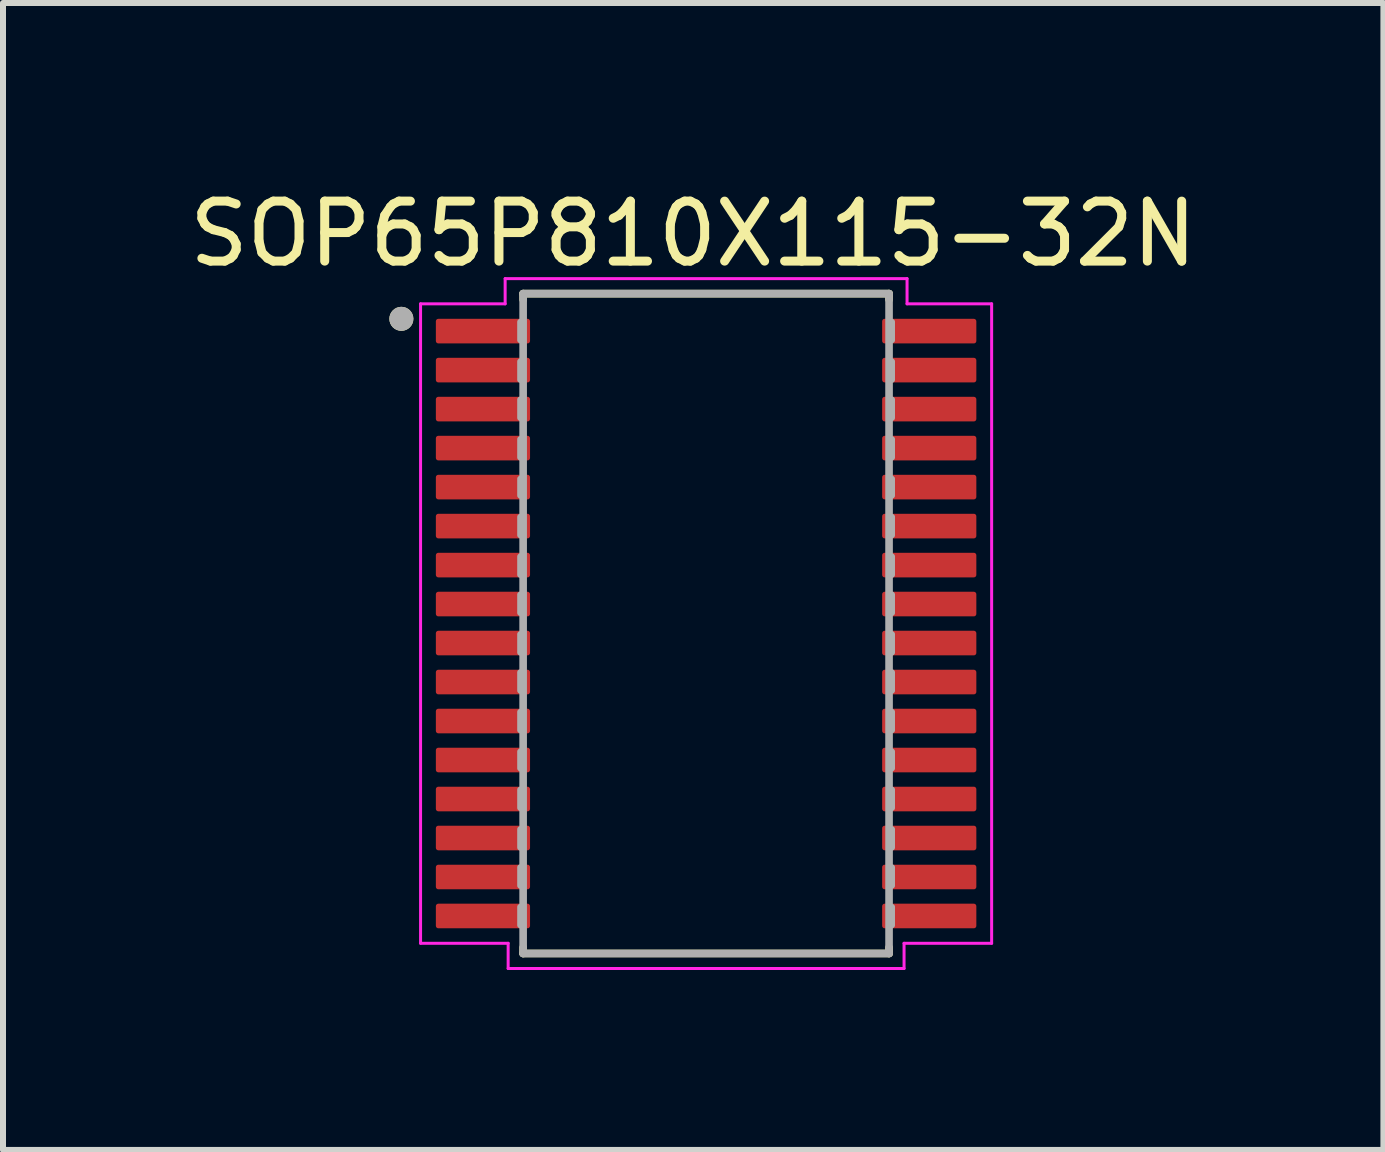
<source format=kicad_pcb>
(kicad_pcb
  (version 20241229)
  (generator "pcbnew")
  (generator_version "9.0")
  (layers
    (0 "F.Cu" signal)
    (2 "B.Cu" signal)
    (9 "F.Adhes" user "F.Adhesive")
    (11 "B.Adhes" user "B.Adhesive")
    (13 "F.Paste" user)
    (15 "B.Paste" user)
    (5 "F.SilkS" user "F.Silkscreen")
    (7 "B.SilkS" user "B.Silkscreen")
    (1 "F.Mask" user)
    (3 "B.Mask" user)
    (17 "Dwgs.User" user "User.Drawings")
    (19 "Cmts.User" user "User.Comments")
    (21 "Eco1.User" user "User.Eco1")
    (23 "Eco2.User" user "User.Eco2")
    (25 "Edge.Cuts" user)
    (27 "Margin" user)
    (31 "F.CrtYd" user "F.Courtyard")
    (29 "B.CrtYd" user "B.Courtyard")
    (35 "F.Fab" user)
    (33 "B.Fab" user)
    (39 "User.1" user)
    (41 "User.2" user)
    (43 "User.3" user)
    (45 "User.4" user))
  (footprint "SOP65P810X115-32N"
    (layer "F.Cu")
    (at 8.721 7.345)
    (property "Reference" "SOP65P810X115-32N" (at -0.215 -6.497 0) (layer "F.SilkS") (effects (font (size 1 1) (thickness 0.15))))
    (attr smd)
    (fp_line (start -3.05 -5.5) (end -3.05 -5.4) (stroke (width 0.127) (type solid)) (layer "F.SilkS"))
    (fp_line (start -3.05 5.4) (end -3.05 5.5) (stroke (width 0.127) (type solid)) (layer "F.SilkS"))
    (fp_line (start -3.05 5.5) (end 3.05 5.5) (stroke (width 0.127) (type solid)) (layer "F.SilkS"))
    (fp_line (start 3.05 -5.5) (end -3.05 -5.5) (stroke (width 0.127) (type solid)) (layer "F.SilkS"))
    (fp_line (start 3.05 -5.4) (end 3.05 -5.5) (stroke (width 0.127) (type solid)) (layer "F.SilkS"))
    (fp_line (start 3.05 5.5) (end 3.05 5.4) (stroke (width 0.127) (type solid)) (layer "F.SilkS"))
    (fp_circle (center -5.08 -5.08) (end -4.98 -5.08) (stroke (width 0.2) (type solid)) (fill no) (layer "F.SilkS"))
    (fp_line (start -4.76 -5.33) (end -3.35 -5.33) (stroke (width 0.05) (type solid)) (layer "F.CrtYd"))
    (fp_line (start -4.76 5.33) (end -4.76 -5.33) (stroke (width 0.05) (type solid)) (layer "F.CrtYd"))
    (fp_line (start -3.35 -5.75) (end 3.35 -5.75) (stroke (width 0.05) (type solid)) (layer "F.CrtYd"))
    (fp_line (start -3.35 -5.33) (end -3.35 -5.75) (stroke (width 0.05) (type solid)) (layer "F.CrtYd"))
    (fp_line (start -3.3 5.33) (end -4.76 5.33) (stroke (width 0.05) (type solid)) (layer "F.CrtYd"))
    (fp_line (start -3.3 5.75) (end -3.3 5.33) (stroke (width 0.05) (type solid)) (layer "F.CrtYd"))
    (fp_line (start 3.3 5.33) (end 3.3 5.75) (stroke (width 0.05) (type solid)) (layer "F.CrtYd"))
    (fp_line (start 3.3 5.75) (end -3.3 5.75) (stroke (width 0.05) (type solid)) (layer "F.CrtYd"))
    (fp_line (start 3.35 -5.75) (end 3.35 -5.33) (stroke (width 0.05) (type solid)) (layer "F.CrtYd"))
    (fp_line (start 3.35 -5.33) (end 4.76 -5.33) (stroke (width 0.05) (type solid)) (layer "F.CrtYd"))
    (fp_line (start 4.76 -5.33) (end 4.76 5.33) (stroke (width 0.05) (type solid)) (layer "F.CrtYd"))
    (fp_line (start 4.76 5.33) (end 3.3 5.33) (stroke (width 0.05) (type solid)) (layer "F.CrtYd"))
    (fp_line (start -3.099 -4.724) (end -3.099 -5.029) (stroke (width 0.1) (type solid)) (layer "F.Fab"))
    (fp_line (start -3.099 -4.064) (end -3.099 -4.369) (stroke (width 0.1) (type solid)) (layer "F.Fab"))
    (fp_line (start -3.099 -3.429) (end -3.099 -3.734) (stroke (width 0.1) (type solid)) (layer "F.Fab"))
    (fp_line (start -3.099 -2.769) (end -3.099 -3.073) (stroke (width 0.1) (type solid)) (layer "F.Fab"))
    (fp_line (start -3.099 -2.134) (end -3.099 -2.413) (stroke (width 0.1) (type solid)) (layer "F.Fab"))
    (fp_line (start -3.099 -1.473) (end -3.099 -1.778) (stroke (width 0.1) (type solid)) (layer "F.Fab"))
    (fp_line (start -3.099 -0.813) (end -3.099 -1.118) (stroke (width 0.1) (type solid)) (layer "F.Fab"))
    (fp_line (start -3.099 -0.178) (end -3.099 -0.483) (stroke (width 0.1) (type solid)) (layer "F.Fab"))
    (fp_line (start -3.099 0.483) (end -3.099 0.178) (stroke (width 0.1) (type solid)) (layer "F.Fab"))
    (fp_line (start -3.099 1.118) (end -3.099 0.813) (stroke (width 0.1) (type solid)) (layer "F.Fab"))
    (fp_line (start -3.099 1.778) (end -3.099 1.473) (stroke (width 0.1) (type solid)) (layer "F.Fab"))
    (fp_line (start -3.099 2.413) (end -3.099 2.134) (stroke (width 0.1) (type solid)) (layer "F.Fab"))
    (fp_line (start -3.099 3.073) (end -3.099 2.769) (stroke (width 0.1) (type solid)) (layer "F.Fab"))
    (fp_line (start -3.099 3.734) (end -3.099 3.429) (stroke (width 0.1) (type solid)) (layer "F.Fab"))
    (fp_line (start -3.099 4.369) (end -3.099 4.064) (stroke (width 0.1) (type solid)) (layer "F.Fab"))
    (fp_line (start -3.099 5.029) (end -3.099 4.724) (stroke (width 0.1) (type solid)) (layer "F.Fab"))
    (fp_line (start -3.05 -5.5) (end -3.05 5.5) (stroke (width 0.127) (type solid)) (layer "F.Fab"))
    (fp_line (start -3.05 5.5) (end 3.05 5.5) (stroke (width 0.127) (type solid)) (layer "F.Fab"))
    (fp_line (start 3.05 -5.5) (end -3.05 -5.5) (stroke (width 0.127) (type solid)) (layer "F.Fab"))
    (fp_line (start 3.05 5.5) (end 3.05 -5.5) (stroke (width 0.127) (type solid)) (layer "F.Fab"))
    (fp_line (start 3.099 -5.029) (end 3.099 -4.724) (stroke (width 0.1) (type solid)) (layer "F.Fab"))
    (fp_line (start 3.099 -4.369) (end 3.099 -4.064) (stroke (width 0.1) (type solid)) (layer "F.Fab"))
    (fp_line (start 3.099 -3.734) (end 3.099 -3.429) (stroke (width 0.1) (type solid)) (layer "F.Fab"))
    (fp_line (start 3.099 -3.073) (end 3.099 -2.769) (stroke (width 0.1) (type solid)) (layer "F.Fab"))
    (fp_line (start 3.099 -2.413) (end 3.099 -2.134) (stroke (width 0.1) (type solid)) (layer "F.Fab"))
    (fp_line (start 3.099 -1.778) (end 3.099 -1.473) (stroke (width 0.1) (type solid)) (layer "F.Fab"))
    (fp_line (start 3.099 -1.118) (end 3.099 -0.813) (stroke (width 0.1) (type solid)) (layer "F.Fab"))
    (fp_line (start 3.099 -0.483) (end 3.099 -0.178) (stroke (width 0.1) (type solid)) (layer "F.Fab"))
    (fp_line (start 3.099 0.178) (end 3.099 0.483) (stroke (width 0.1) (type solid)) (layer "F.Fab"))
    (fp_line (start 3.099 0.813) (end 3.099 1.118) (stroke (width 0.1) (type solid)) (layer "F.Fab"))
    (fp_line (start 3.099 1.473) (end 3.099 1.778) (stroke (width 0.1) (type solid)) (layer "F.Fab"))
    (fp_line (start 3.099 2.134) (end 3.099 2.413) (stroke (width 0.1) (type solid)) (layer "F.Fab"))
    (fp_line (start 3.099 2.769) (end 3.099 3.073) (stroke (width 0.1) (type solid)) (layer "F.Fab"))
    (fp_line (start 3.099 3.429) (end 3.099 3.734) (stroke (width 0.1) (type solid)) (layer "F.Fab"))
    (fp_line (start 3.099 4.064) (end 3.099 4.369) (stroke (width 0.1) (type solid)) (layer "F.Fab"))
    (fp_line (start 3.099 4.724) (end 3.099 5.029) (stroke (width 0.1) (type solid)) (layer "F.Fab"))
    (fp_circle (center -5.08 -5.08) (end -4.98 -5.08) (stroke (width 0.2) (type solid)) (fill no) (layer "F.Fab"))
    (pad "1" smd roundrect (at -3.72 -4.875) (size 1.57 0.41) (layers "F.Cu" "F.Mask" "F.Paste") (roundrect_rratio 0.1))
    (pad "2" smd roundrect (at -3.72 -4.225) (size 1.57 0.41) (layers "F.Cu" "F.Mask" "F.Paste") (roundrect_rratio 0.1))
    (pad "3" smd roundrect (at -3.72 -3.575) (size 1.57 0.41) (layers "F.Cu" "F.Mask" "F.Paste") (roundrect_rratio 0.1))
    (pad "4" smd roundrect (at -3.72 -2.925) (size 1.57 0.41) (layers "F.Cu" "F.Mask" "F.Paste") (roundrect_rratio 0.1))
    (pad "5" smd roundrect (at -3.72 -2.275) (size 1.57 0.41) (layers "F.Cu" "F.Mask" "F.Paste") (roundrect_rratio 0.1))
    (pad "6" smd roundrect (at -3.72 -1.625) (size 1.57 0.41) (layers "F.Cu" "F.Mask" "F.Paste") (roundrect_rratio 0.1))
    (pad "7" smd roundrect (at -3.72 -0.975) (size 1.57 0.41) (layers "F.Cu" "F.Mask" "F.Paste") (roundrect_rratio 0.1))
    (pad "8" smd roundrect (at -3.72 -0.325) (size 1.57 0.41) (layers "F.Cu" "F.Mask" "F.Paste") (roundrect_rratio 0.1))
    (pad "9" smd roundrect (at -3.72 0.325) (size 1.57 0.41) (layers "F.Cu" "F.Mask" "F.Paste") (roundrect_rratio 0.1))
    (pad "10" smd roundrect (at -3.72 0.975) (size 1.57 0.41) (layers "F.Cu" "F.Mask" "F.Paste") (roundrect_rratio 0.1))
    (pad "11" smd roundrect (at -3.72 1.625) (size 1.57 0.41) (layers "F.Cu" "F.Mask" "F.Paste") (roundrect_rratio 0.1))
    (pad "12" smd roundrect (at -3.72 2.275) (size 1.57 0.41) (layers "F.Cu" "F.Mask" "F.Paste") (roundrect_rratio 0.1))
    (pad "13" smd roundrect (at -3.72 2.925) (size 1.57 0.41) (layers "F.Cu" "F.Mask" "F.Paste") (roundrect_rratio 0.1))
    (pad "14" smd roundrect (at -3.72 3.575) (size 1.57 0.41) (layers "F.Cu" "F.Mask" "F.Paste") (roundrect_rratio 0.1))
    (pad "15" smd roundrect (at -3.72 4.225) (size 1.57 0.41) (layers "F.Cu" "F.Mask" "F.Paste") (roundrect_rratio 0.1))
    (pad "16" smd roundrect (at -3.72 4.875) (size 1.57 0.41) (layers "F.Cu" "F.Mask" "F.Paste") (roundrect_rratio 0.1))
    (pad "17" smd roundrect (at 3.72 4.875 180) (size 1.57 0.41) (layers "F.Cu" "F.Mask" "F.Paste") (roundrect_rratio 0.1))
    (pad "18" smd roundrect (at 3.72 4.225 180) (size 1.57 0.41) (layers "F.Cu" "F.Mask" "F.Paste") (roundrect_rratio 0.1))
    (pad "19" smd roundrect (at 3.72 3.575 180) (size 1.57 0.41) (layers "F.Cu" "F.Mask" "F.Paste") (roundrect_rratio 0.1))
    (pad "20" smd roundrect (at 3.72 2.925 180) (size 1.57 0.41) (layers "F.Cu" "F.Mask" "F.Paste") (roundrect_rratio 0.1))
    (pad "21" smd roundrect (at 3.72 2.275 180) (size 1.57 0.41) (layers "F.Cu" "F.Mask" "F.Paste") (roundrect_rratio 0.1))
    (pad "22" smd roundrect (at 3.72 1.625 180) (size 1.57 0.41) (layers "F.Cu" "F.Mask" "F.Paste") (roundrect_rratio 0.1))
    (pad "23" smd roundrect (at 3.72 0.975 180) (size 1.57 0.41) (layers "F.Cu" "F.Mask" "F.Paste") (roundrect_rratio 0.1))
    (pad "24" smd roundrect (at 3.72 0.325 180) (size 1.57 0.41) (layers "F.Cu" "F.Mask" "F.Paste") (roundrect_rratio 0.1))
    (pad "25" smd roundrect (at 3.72 -0.325 180) (size 1.57 0.41) (layers "F.Cu" "F.Mask" "F.Paste") (roundrect_rratio 0.1))
    (pad "26" smd roundrect (at 3.72 -0.975 180) (size 1.57 0.41) (layers "F.Cu" "F.Mask" "F.Paste") (roundrect_rratio 0.1))
    (pad "27" smd roundrect (at 3.72 -1.625 180) (size 1.57 0.41) (layers "F.Cu" "F.Mask" "F.Paste") (roundrect_rratio 0.1))
    (pad "28" smd roundrect (at 3.72 -2.275 180) (size 1.57 0.41) (layers "F.Cu" "F.Mask" "F.Paste") (roundrect_rratio 0.1))
    (pad "29" smd roundrect (at 3.72 -2.925 180) (size 1.57 0.41) (layers "F.Cu" "F.Mask" "F.Paste") (roundrect_rratio 0.1))
    (pad "30" smd roundrect (at 3.72 -3.575 180) (size 1.57 0.41) (layers "F.Cu" "F.Mask" "F.Paste") (roundrect_rratio 0.1))
    (pad "31" smd roundrect (at 3.72 -4.225 180) (size 1.57 0.41) (layers "F.Cu" "F.Mask" "F.Paste") (roundrect_rratio 0.1))
    (pad "32" smd roundrect (at 3.72 -4.875 180) (size 1.57 0.41) (layers "F.Cu" "F.Mask" "F.Paste") (roundrect_rratio 0.1)))
  (gr_rect
    (start -3 -3)
    (end 20.012 16.12)
    (stroke (width 0.1) (type default))
    (fill no)
    (layer "Edge.Cuts")))
</source>
